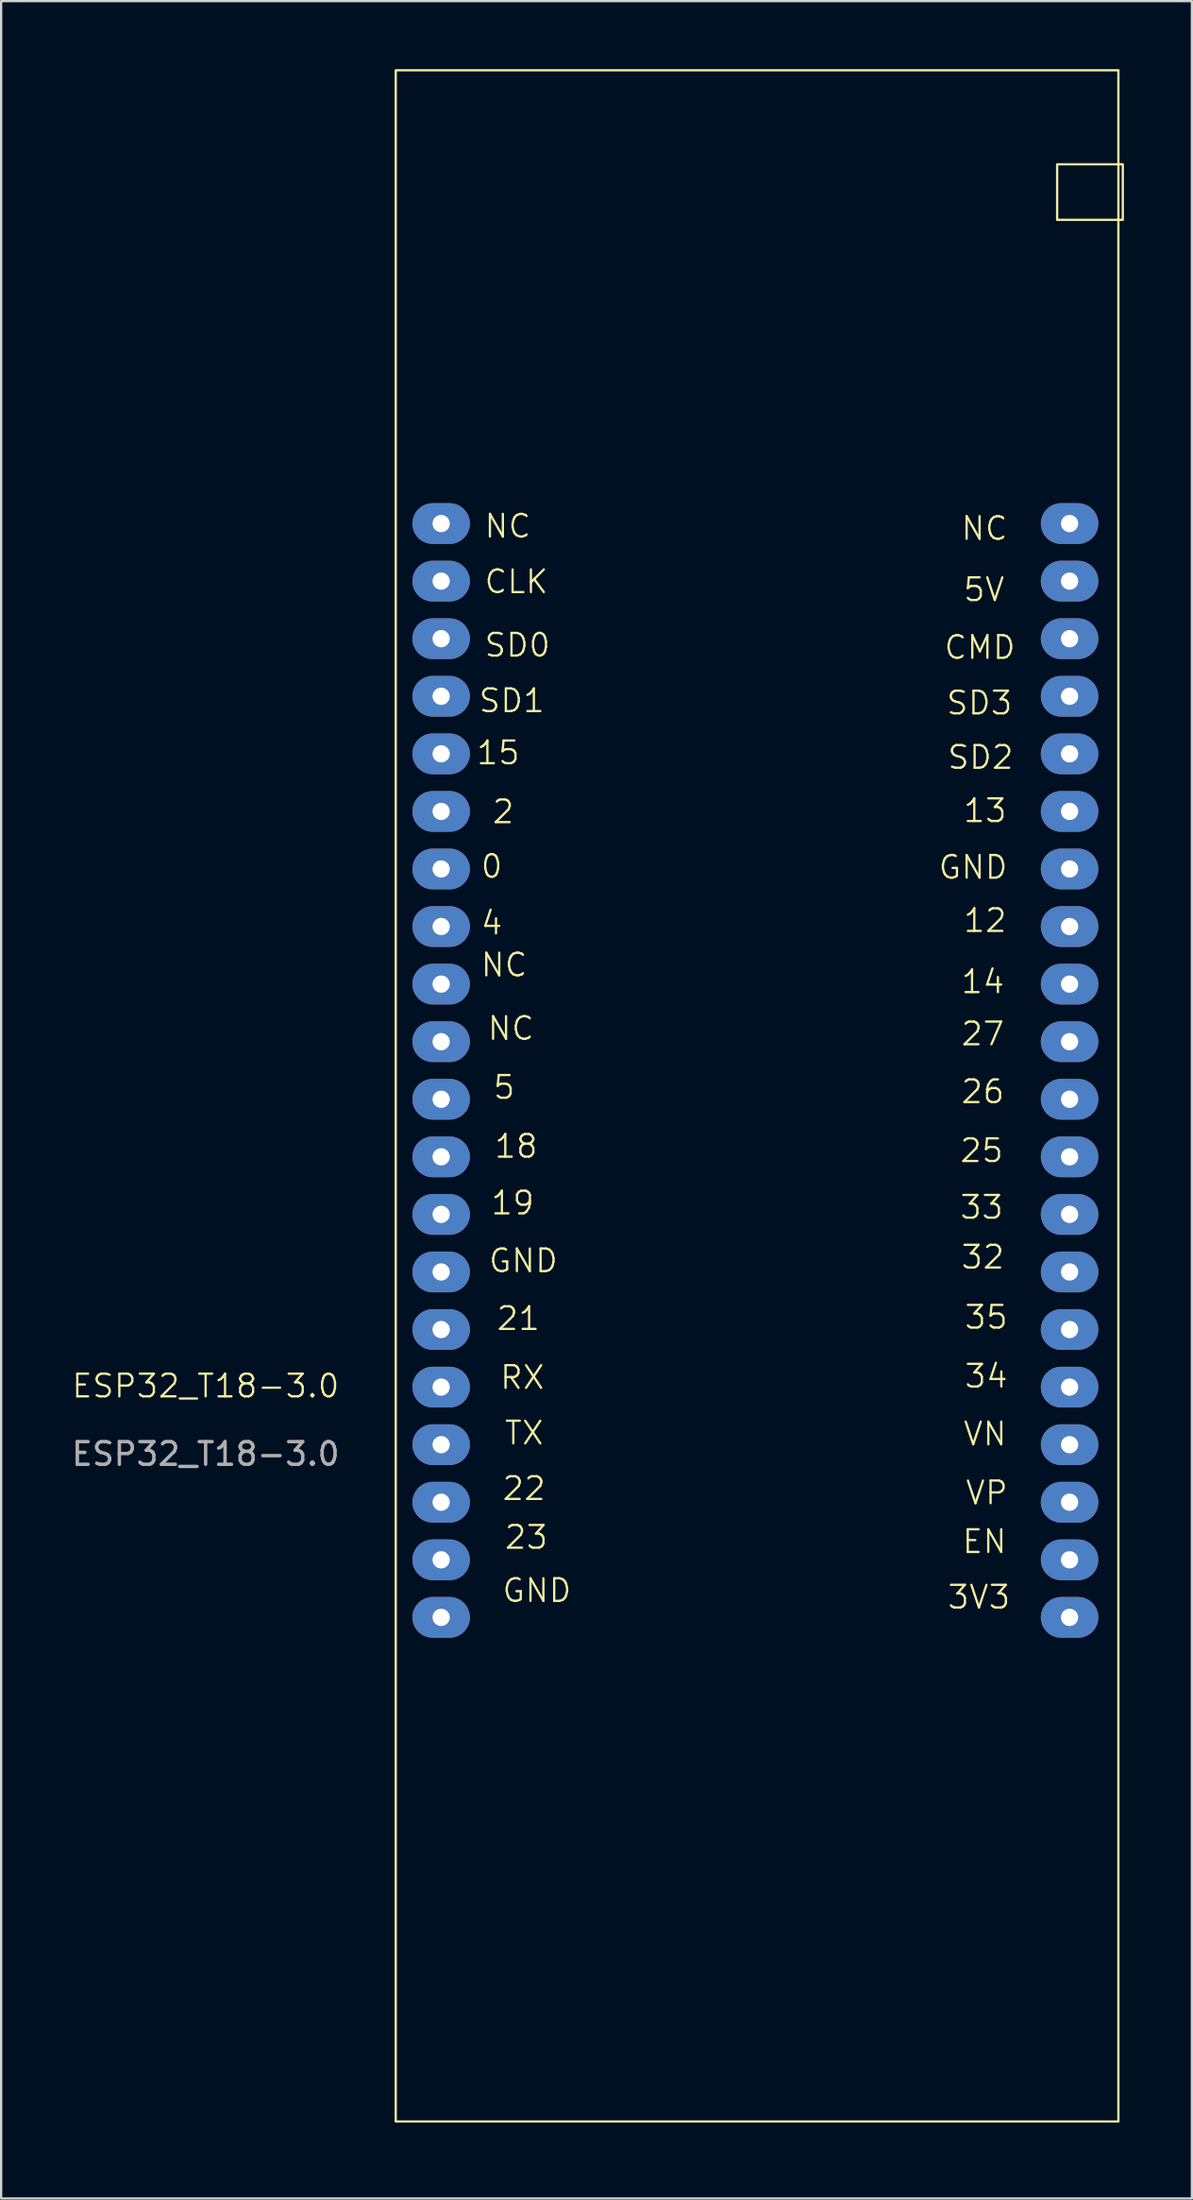
<source format=kicad_pcb>
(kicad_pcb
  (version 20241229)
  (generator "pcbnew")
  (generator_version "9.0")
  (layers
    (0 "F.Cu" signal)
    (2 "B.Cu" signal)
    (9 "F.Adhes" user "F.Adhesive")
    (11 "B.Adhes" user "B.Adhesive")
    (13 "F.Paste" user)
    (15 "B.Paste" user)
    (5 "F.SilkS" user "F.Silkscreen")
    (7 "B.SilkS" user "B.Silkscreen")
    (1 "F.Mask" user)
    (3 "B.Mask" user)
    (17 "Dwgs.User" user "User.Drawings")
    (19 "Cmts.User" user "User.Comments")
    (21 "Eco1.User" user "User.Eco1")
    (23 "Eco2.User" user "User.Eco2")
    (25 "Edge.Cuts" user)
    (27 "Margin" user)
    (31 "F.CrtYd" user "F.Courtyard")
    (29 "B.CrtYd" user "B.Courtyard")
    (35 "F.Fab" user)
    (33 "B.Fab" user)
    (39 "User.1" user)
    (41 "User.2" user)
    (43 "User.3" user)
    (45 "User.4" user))
  (footprint "ESP32_T18-3.0"
    (layer "F.Cu")
    (at 16.43 90.7)
    (property "Reference" "ESP32_T18-3.0" (at -10.4 -32.6 0) (unlocked yes) (layer "F.SilkS") (effects (font (size 1 1) (thickness 0.1))))
    (attr through_hole)
    (fp_rect (start -2.005 -90.65) (end 29.905 -0.15) (stroke (width 0.1) (type default)) (fill no) (layer "F.SilkS"))
    (fp_rect (start 27.2 -86.5) (end 30.1 -84.05) (stroke (width 0.1) (type default)) (fill no) (layer "F.SilkS"))
    (fp_text user "RX" (at 2.54 -32.39 0) (unlocked yes) (layer "F.SilkS") (effects (font (size 1 1) (thickness 0.1)) (justify left bottom)))
    (fp_text user "NC" (at 1.85 -69.95 0) (unlocked yes) (layer "F.SilkS") (effects (font (size 1 1) (thickness 0.1)) (justify left bottom)))
    (fp_text user "26" (at 22.9 -45 0) (unlocked yes) (layer "F.SilkS") (effects (font (size 1 1) (thickness 0.1)) (justify left bottom)))
    (fp_text user "32" (at 22.9 -37.7 0) (unlocked yes) (layer "F.SilkS") (effects (font (size 1 1) (thickness 0.1)) (justify left bottom)))
    (fp_text user "0" (at 1.69 -54.94 0) (unlocked yes) (layer "F.SilkS") (effects (font (size 1 1) (thickness 0.1)) (justify left bottom)))
    (fp_text user "25" (at 22.85 -42.4 0) (unlocked yes) (layer "F.SilkS") (effects (font (size 1 1) (thickness 0.1)) (justify left bottom)))
    (fp_text user "35" (at 23.05 -35.05 0) (unlocked yes) (layer "F.SilkS") (effects (font (size 1 1) (thickness 0.1)) (justify left bottom)))
    (fp_text user "21" (at 2.39 -34.99 0) (unlocked yes) (layer "F.SilkS") (effects (font (size 1 1) (thickness 0.1)) (justify left bottom)))
    (fp_text user "13" (at 23 -57.4 0) (unlocked yes) (layer "F.SilkS") (effects (font (size 1 1) (thickness 0.1)) (justify left bottom)))
    (fp_text user "VP" (at 23.1 -27.3 0) (unlocked yes) (layer "F.SilkS") (effects (font (size 1 1) (thickness 0.1)) (justify left bottom)))
    (fp_text user "14" (at 22.9 -49.85 0) (unlocked yes) (layer "F.SilkS") (effects (font (size 1 1) (thickness 0.1)) (justify left bottom)))
    (fp_text user "SD0" (at 1.85 -64.7 0) (unlocked yes) (layer "F.SilkS") (effects (font (size 1 1) (thickness 0.1)) (justify left bottom)))
    (fp_text user "TX" (at 2.74 -29.94 0) (unlocked yes) (layer "F.SilkS") (effects (font (size 1 1) (thickness 0.1)) (justify left bottom)))
    (fp_text user "18" (at 2.29 -42.59 0) (unlocked yes) (layer "F.SilkS") (effects (font (size 1 1) (thickness 0.1)) (justify left bottom)))
    (fp_text user "VN" (at 23 -29.9 0) (unlocked yes) (layer "F.SilkS") (effects (font (size 1 1) (thickness 0.1)) (justify left bottom)))
    (fp_text user "5V" (at 23 -67.15 0) (unlocked yes) (layer "F.SilkS") (effects (font (size 1 1) (thickness 0.1)) (justify left bottom)))
    (fp_text user "SD2" (at 22.3 -59.75 0) (unlocked yes) (layer "F.SilkS") (effects (font (size 1 1) (thickness 0.1)) (justify left bottom)))
    (fp_text user "22" (at 2.64 -27.49 0) (unlocked yes) (layer "F.SilkS") (effects (font (size 1 1) (thickness 0.1)) (justify left bottom)))
    (fp_text user "23" (at 2.74 -25.34 0) (unlocked yes) (layer "F.SilkS") (effects (font (size 1 1) (thickness 0.1)) (justify left bottom)))
    (fp_text user "4" (at 1.69 -52.44 0) (unlocked yes) (layer "F.SilkS") (effects (font (size 1 1) (thickness 0.1)) (justify left bottom)))
    (fp_text user "GND" (at 2.64 -22.99 0) (unlocked yes) (layer "F.SilkS") (effects (font (size 1 1) (thickness 0.1)) (justify left bottom)))
    (fp_text user "GND" (at 21.9 -54.9 0) (unlocked yes) (layer "F.SilkS") (effects (font (size 1 1) (thickness 0.1)) (justify left bottom)))
    (fp_text user "SD3" (at 22.25 -62.15 0) (unlocked yes) (layer "F.SilkS") (effects (font (size 1 1) (thickness 0.1)) (justify left bottom)))
    (fp_text user "19" (at 2.14 -40.09 0) (unlocked yes) (layer "F.SilkS") (effects (font (size 1 1) (thickness 0.1)) (justify left bottom)))
    (fp_text user "12" (at 23 -52.55 0) (unlocked yes) (layer "F.SilkS") (effects (font (size 1 1) (thickness 0.1)) (justify left bottom)))
    (fp_text user "3V3" (at 22.3 -22.7 0) (unlocked yes) (layer "F.SilkS") (effects (font (size 1 1) (thickness 0.1)) (justify left bottom)))
    (fp_text user "34" (at 23.05 -32.45 0) (unlocked yes) (layer "F.SilkS") (effects (font (size 1 1) (thickness 0.1)) (justify left bottom)))
    (fp_text user "5" (at 2.24 -45.19 0) (unlocked yes) (layer "F.SilkS") (effects (font (size 1 1) (thickness 0.1)) (justify left bottom)))
    (fp_text user "NC" (at 22.9 -69.85 0) (unlocked yes) (layer "F.SilkS") (effects (font (size 1 1) (thickness 0.1)) (justify left bottom)))
    (fp_text user "GND" (at 2.04 -37.54 0) (unlocked yes) (layer "F.SilkS") (effects (font (size 1 1) (thickness 0.1)) (justify left bottom)))
    (fp_text user "2" (at 2.2 -57.35 0) (unlocked yes) (layer "F.SilkS") (effects (font (size 1 1) (thickness 0.1)) (justify left bottom)))
    (fp_text user "SD1" (at 1.6 -62.25 0) (unlocked yes) (layer "F.SilkS") (effects (font (size 1 1) (thickness 0.1)) (justify left bottom)))
    (fp_text user "15" (at 1.5 -59.95 0) (unlocked yes) (layer "F.SilkS") (effects (font (size 1 1) (thickness 0.1)) (justify left bottom)))
    (fp_text user "CLK" (at 1.85 -67.5 0) (unlocked yes) (layer "F.SilkS") (effects (font (size 1 1) (thickness 0.1)) (justify left bottom)))
    (fp_text user "CMD" (at 22.15 -64.6 0) (unlocked yes) (layer "F.SilkS") (effects (font (size 1 1) (thickness 0.1)) (justify left bottom)))
    (fp_text user "33" (at 22.85 -39.9 0) (unlocked yes) (layer "F.SilkS") (effects (font (size 1 1) (thickness 0.1)) (justify left bottom)))
    (fp_text user "27" (at 22.9 -47.55 0) (unlocked yes) (layer "F.SilkS") (effects (font (size 1 1) (thickness 0.1)) (justify left bottom)))
    (fp_text user "EN" (at 22.95 -25.15 0) (unlocked yes) (layer "F.SilkS") (effects (font (size 1 1) (thickness 0.1)) (justify left bottom)))
    (fp_text user "NC" (at 1.69 -50.59 0) (unlocked yes) (layer "F.SilkS") (effects (font (size 1 1) (thickness 0.1)) (justify left bottom)))
    (fp_text user "NC" (at 1.99 -47.79 0) (unlocked yes) (layer "F.SilkS") (effects (font (size 1 1) (thickness 0.1)) (justify left bottom)))
    (fp_text user "${REFERENCE}" (at -10.4 -29.6 0) (unlocked yes) (layer "F.Fab") (effects (font (size 1 1) (thickness 0.15))))
    (pad "0" thru_hole oval (at 0 -55.41) (size 2.54 1.8) (drill 0.762) (layers "*.Cu" "*.Mask"))
    (pad "2" thru_hole oval (at 0 -57.95) (size 2.54 1.8) (drill 0.762) (layers "*.Cu" "*.Mask"))
    (pad "3V3" thru_hole oval (at 27.75 -22.39) (size 2.54 1.8) (drill 0.762) (layers "*.Cu" "*.Mask"))
    (pad "4" thru_hole oval (at 0 -52.87) (size 2.54 1.8) (drill 0.762) (layers "*.Cu" "*.Mask"))
    (pad "5" thru_hole oval (at 0 -45.25) (size 2.54 1.8) (drill 0.762) (layers "*.Cu" "*.Mask"))
    (pad "5V" thru_hole oval (at 27.75 -68.11) (size 2.54 1.8) (drill 0.762) (layers "*.Cu" "*.Mask"))
    (pad "12" thru_hole oval (at 27.75 -52.87) (size 2.54 1.8) (drill 0.762) (layers "*.Cu" "*.Mask"))
    (pad "13" thru_hole oval (at 27.75 -57.95) (size 2.54 1.8) (drill 0.762) (layers "*.Cu" "*.Mask"))
    (pad "14" thru_hole oval (at 27.75 -50.33) (size 2.54 1.8) (drill 0.762) (layers "*.Cu" "*.Mask"))
    (pad "15" thru_hole oval (at 0 -60.49) (size 2.54 1.8) (drill 0.762) (layers "*.Cu" "*.Mask"))
    (pad "18" thru_hole oval (at 0 -42.71) (size 2.54 1.8) (drill 0.762) (layers "*.Cu" "*.Mask"))
    (pad "19" thru_hole oval (at 0 -40.17) (size 2.54 1.8) (drill 0.762) (layers "*.Cu" "*.Mask" "Eco2.User"))
    (pad "21" thru_hole oval (at 0 -35.09) (size 2.54 1.8) (drill 0.762) (layers "*.Cu" "*.Mask"))
    (pad "22" thru_hole oval (at 0 -27.47) (size 2.54 1.8) (drill 0.762) (layers "*.Cu" "*.Mask"))
    (pad "23" thru_hole oval (at 0 -24.93) (size 2.54 1.8) (drill 0.762) (layers "*.Cu" "*.Mask"))
    (pad "25" thru_hole oval (at 27.75 -42.71) (size 2.54 1.8) (drill 0.762) (layers "*.Cu" "*.Mask"))
    (pad "26" thru_hole oval (at 27.75 -45.25) (size 2.54 1.8) (drill 0.762) (layers "*.Cu" "*.Mask"))
    (pad "27" thru_hole oval (at 27.75 -47.79) (size 2.54 1.8) (drill 0.762) (layers "*.Cu" "*.Mask"))
    (pad "32" thru_hole oval (at 27.75 -37.63) (size 2.54 1.8) (drill 0.762) (layers "*.Cu" "*.Mask"))
    (pad "33" thru_hole oval (at 27.75 -40.17) (size 2.54 1.8) (drill 0.762) (layers "*.Cu" "*.Mask"))
    (pad "34" thru_hole oval (at 27.75 -32.55) (size 2.54 1.8) (drill 0.762) (layers "*.Cu" "*.Mask"))
    (pad "35" thru_hole oval (at 27.75 -35.09) (size 2.54 1.8) (drill 0.762) (layers "*.Cu" "*.Mask"))
    (pad "CLK" thru_hole oval (at 0 -68.11) (size 2.54 1.8) (drill 0.762) (layers "*.Cu" "*.Mask"))
    (pad "CMD" thru_hole oval (at 27.75 -65.57) (size 2.54 1.8) (drill 0.762) (layers "*.Cu" "*.Mask"))
    (pad "EN" thru_hole oval (at 27.75 -24.93) (size 2.54 1.8) (drill 0.762) (layers "*.Cu" "*.Mask"))
    (pad "GND" thru_hole oval (at 0 -37.63) (size 2.54 1.8) (drill 0.762) (layers "*.Cu" "*.Mask"))
    (pad "GND" thru_hole oval (at 0 -22.39) (size 2.54 1.8) (drill 0.762) (layers "*.Cu" "*.Mask"))
    (pad "GND" thru_hole oval (at 27.75 -55.41) (size 2.54 1.8) (drill 0.762) (layers "*.Cu" "*.Mask"))
    (pad "NC" thru_hole oval (at 0 -70.65) (size 2.54 1.8) (drill 0.762) (layers "*.Cu" "*.Mask"))
    (pad "NC" thru_hole oval (at 0 -50.33) (size 2.54 1.8) (drill 0.762) (layers "*.Cu" "*.Mask"))
    (pad "NC" thru_hole oval (at 0 -47.79) (size 2.54 1.8) (drill 0.762) (layers "*.Cu" "*.Mask"))
    (pad "NC" thru_hole oval (at 27.75 -70.65) (size 2.54 1.8) (drill 0.762) (layers "*.Cu" "*.Mask"))
    (pad "RX" thru_hole oval (at 0 -32.55) (size 2.54 1.8) (drill 0.762) (layers "*.Cu" "*.Mask"))
    (pad "SD0" thru_hole oval (at 0 -65.57) (size 2.54 1.8) (drill 0.762) (layers "*.Cu" "*.Mask"))
    (pad "SD1" thru_hole oval (at 0 -63.03) (size 2.54 1.8) (drill 0.762) (layers "*.Cu" "*.Mask"))
    (pad "SD2" thru_hole oval (at 27.75 -60.49) (size 2.54 1.8) (drill 0.762) (layers "*.Cu" "*.Mask"))
    (pad "SD3" thru_hole oval (at 27.75 -63.03) (size 2.54 1.8) (drill 0.762) (layers "*.Cu" "*.Mask"))
    (pad "TX" thru_hole oval (at 0 -30.01) (size 2.54 1.8) (drill 0.762) (layers "*.Cu" "*.Mask"))
    (pad "VN" thru_hole oval (at 27.75 -30.01) (size 2.54 1.8) (drill 0.762) (layers "*.Cu" "*.Mask"))
    (pad "VP" thru_hole oval (at 27.75 -27.47) (size 2.54 1.8) (drill 0.762) (layers "*.Cu" "*.Mask")))
  (gr_rect
    (start -3 -3)
    (end 49.58 93.95)
    (stroke (width 0.1) (type default))
    (fill no)
    (layer "Edge.Cuts")))
</source>
